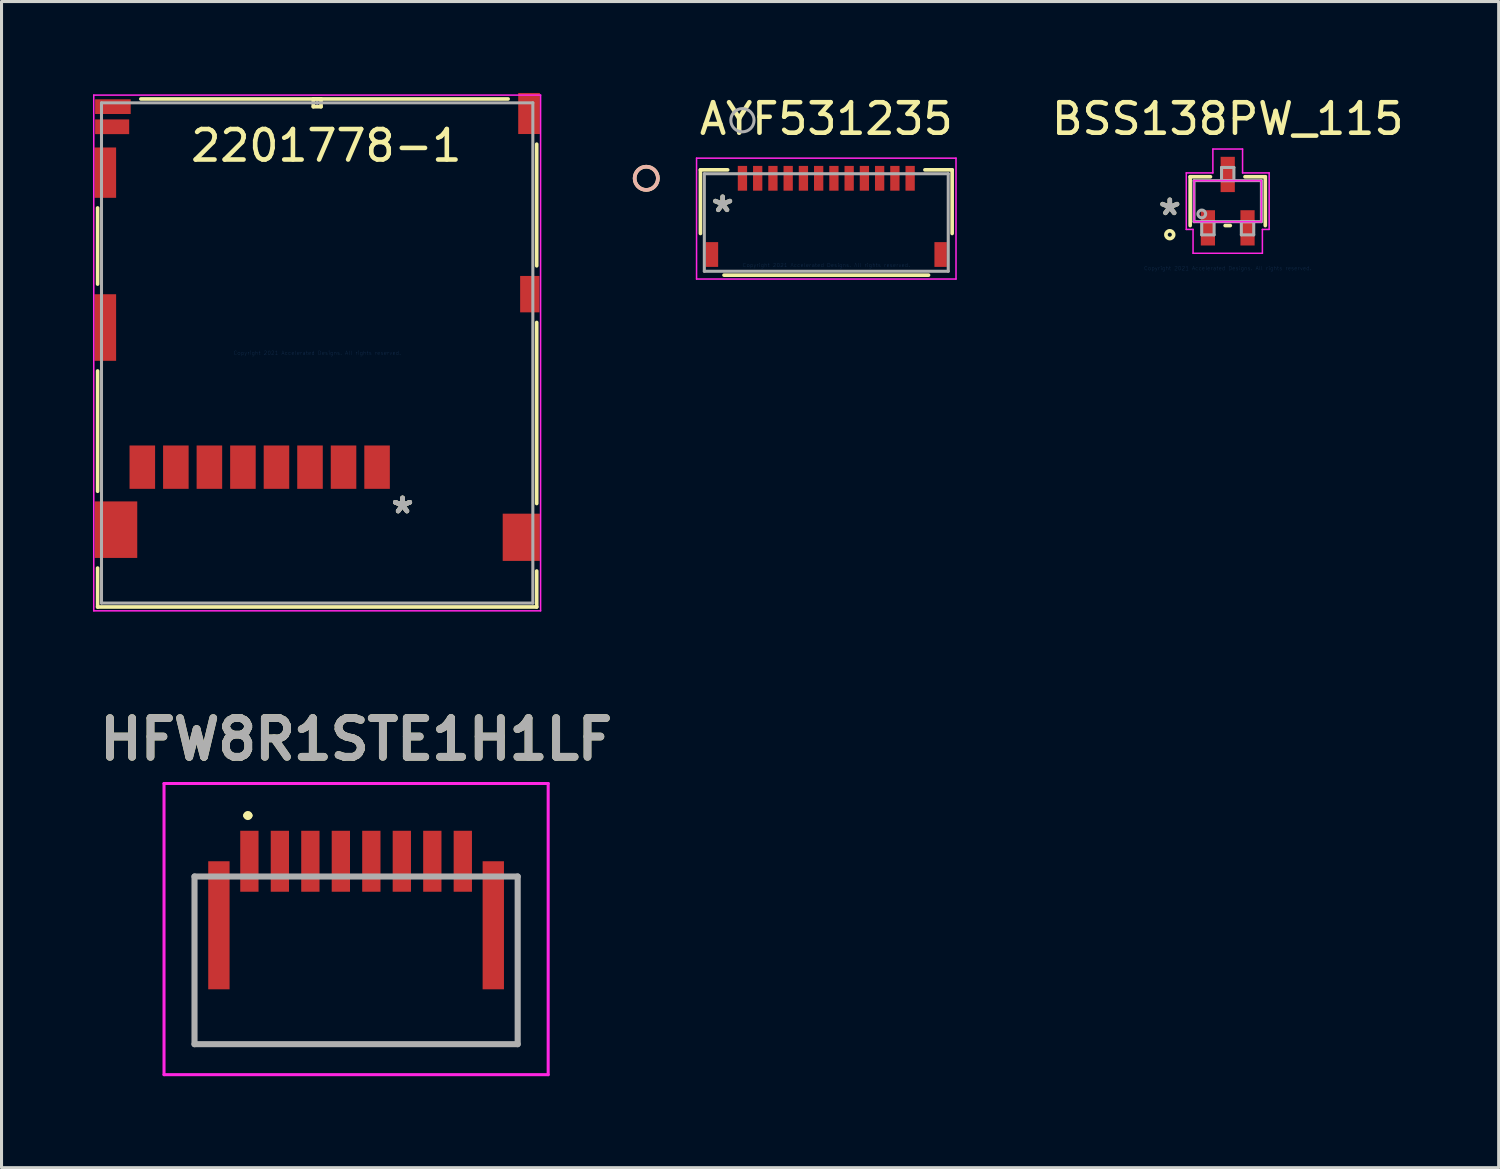
<source format=kicad_pcb>
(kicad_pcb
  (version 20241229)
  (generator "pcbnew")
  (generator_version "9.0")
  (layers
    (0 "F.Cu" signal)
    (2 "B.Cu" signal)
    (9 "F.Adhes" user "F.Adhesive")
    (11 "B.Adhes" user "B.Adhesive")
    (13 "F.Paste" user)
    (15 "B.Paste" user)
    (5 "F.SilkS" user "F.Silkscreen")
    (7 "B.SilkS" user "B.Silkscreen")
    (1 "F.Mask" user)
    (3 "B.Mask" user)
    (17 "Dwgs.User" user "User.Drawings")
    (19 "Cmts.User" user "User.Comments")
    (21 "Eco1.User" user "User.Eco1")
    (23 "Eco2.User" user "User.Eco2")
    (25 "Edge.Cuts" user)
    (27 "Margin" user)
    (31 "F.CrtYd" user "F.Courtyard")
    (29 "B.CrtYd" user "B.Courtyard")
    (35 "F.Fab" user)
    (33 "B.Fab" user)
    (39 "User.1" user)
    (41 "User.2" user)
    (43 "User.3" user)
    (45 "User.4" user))
  (footprint "AYF531235"
    (layer "F.Cu")
    (at 24.052 4.248)
    (property "Reference" "AYF531235" (at 0 -3.4 0) (layer "F.SilkS") (effects (font (size 1 1) (thickness 0.15))))
    (attr through_hole)
    (fp_line (start -4.128 -1.727) (end -4.128 0.36) (stroke (width 0.12) (type solid)) (layer "F.SilkS"))
    (fp_line (start -3.354 1.727) (end 3.354 1.727) (stroke (width 0.12) (type solid)) (layer "F.SilkS"))
    (fp_line (start -3.235 -1.727) (end -4.128 -1.727) (stroke (width 0.12) (type solid)) (layer "F.SilkS"))
    (fp_line (start 4.128 -1.727) (end 3.235 -1.727) (stroke (width 0.12) (type solid)) (layer "F.SilkS"))
    (fp_line (start 4.128 0.36) (end 4.128 -1.727) (stroke (width 0.12) (type solid)) (layer "F.SilkS"))
    (fp_circle (center -5.905 -1.45) (end -5.524 -1.45) (stroke (width 0.12) (type solid)) (fill no) (layer "F.SilkS"))
    (fp_circle (center -5.905 -1.45) (end -5.524 -1.45) (stroke (width 0.12) (type solid)) (fill no) (layer "B.SilkS"))
    (fp_line (start -4.255 -2.111) (end -4.255 1.854) (stroke (width 0.05) (type solid)) (layer "F.CrtYd"))
    (fp_line (start -4.255 1.854) (end 4.255 1.854) (stroke (width 0.05) (type solid)) (layer "F.CrtYd"))
    (fp_line (start 4.255 -2.111) (end -4.255 -2.111) (stroke (width 0.05) (type solid)) (layer "F.CrtYd"))
    (fp_line (start 4.255 1.854) (end 4.255 -2.111) (stroke (width 0.05) (type solid)) (layer "F.CrtYd"))
    (fp_line (start -4 -1.6) (end -4 1.6) (stroke (width 0.1) (type solid)) (layer "F.Fab"))
    (fp_line (start -4 1.6) (end 4 1.6) (stroke (width 0.1) (type solid)) (layer "F.Fab"))
    (fp_line (start 4 -1.6) (end -4 -1.6) (stroke (width 0.1) (type solid)) (layer "F.Fab"))
    (fp_line (start 4 1.6) (end 4 -1.6) (stroke (width 0.1) (type solid)) (layer "F.Fab"))
    (fp_circle (center -2.75 -3.355) (end -2.369 -3.355) (stroke (width 0.1) (type solid)) (fill no) (layer "F.Fab"))
    (fp_text user "*" (at -3.4 -0.3 0) (layer "F.SilkS") (effects (font (size 1 1) (thickness 0.15))))
    (fp_text user "Copyright 2021 Accelerated Designs. All rights reserved." (at 0 1.4 0) (layer "Cmts.User") (effects (font (size 0.127 0.127) (thickness 0.002))))
    (fp_text user "*" (at -3.4 -0.3 0) (layer "F.Fab") (effects (font (size 1 1) (thickness 0.15))))
    (pad "1" smd rect (at -2.75 -1.45) (size 0.305 0.813) (layers "F.Cu" "F.Mask" "F.Paste"))
    (pad "2" smd rect (at -2.25 -1.45) (size 0.305 0.813) (layers "F.Cu" "F.Mask" "F.Paste"))
    (pad "3" smd rect (at -1.75 -1.45) (size 0.305 0.813) (layers "F.Cu" "F.Mask" "F.Paste"))
    (pad "4" smd rect (at -1.25 -1.45) (size 0.305 0.813) (layers "F.Cu" "F.Mask" "F.Paste"))
    (pad "5" smd rect (at -0.75 -1.45) (size 0.305 0.813) (layers "F.Cu" "F.Mask" "F.Paste"))
    (pad "6" smd rect (at -0.25 -1.45) (size 0.305 0.813) (layers "F.Cu" "F.Mask" "F.Paste"))
    (pad "7" smd rect (at 0.25 -1.45) (size 0.305 0.813) (layers "F.Cu" "F.Mask" "F.Paste"))
    (pad "8" smd rect (at 0.75 -1.45) (size 0.305 0.813) (layers "F.Cu" "F.Mask" "F.Paste"))
    (pad "9" smd rect (at 1.25 -1.45) (size 0.305 0.813) (layers "F.Cu" "F.Mask" "F.Paste"))
    (pad "10" smd rect (at 1.75 -1.45) (size 0.305 0.813) (layers "F.Cu" "F.Mask" "F.Paste"))
    (pad "11" smd rect (at 2.25 -1.45) (size 0.305 0.813) (layers "F.Cu" "F.Mask" "F.Paste"))
    (pad "12" smd rect (at 2.75 -1.45) (size 0.305 0.813) (layers "F.Cu" "F.Mask" "F.Paste"))
    (pad "13" smd rect (at -3.75 1.05) (size 0.406 0.813) (layers "F.Cu" "F.Mask" "F.Paste"))
    (pad "14" smd rect (at 3.75 1.05) (size 0.406 0.813) (layers "F.Cu" "F.Mask" "F.Paste")))
  (footprint "HFW8R1STE1H1LF"
    (layer "F.Cu")
    (at 8.63 28.199)
    (property "Reference" "HFW8R1STE1H1LF" (at 0 -7 0) (layer "F.SilkS") (effects (font (size 1.27 1.27) (thickness 0.254))))
    (attr smd)
    (fp_line (start -5.3 -2.5) (end -5.3 3) (stroke (width 0.1) (type solid)) (layer "F.SilkS"))
    (fp_line (start -5.3 3) (end 5.3 3) (stroke (width 0.1) (type solid)) (layer "F.SilkS"))
    (fp_line (start -3.6 -4.5) (end -3.6 -4.5) (stroke (width 0.2) (type solid)) (layer "F.SilkS"))
    (fp_line (start -3.5 -4.5) (end -3.5 -4.5) (stroke (width 0.2) (type solid)) (layer "F.SilkS"))
    (fp_line (start 5.3 3) (end 5.3 -2.5) (stroke (width 0.1) (type solid)) (layer "F.SilkS"))
    (fp_arc (start -3.6 -4.5) (mid -3.55 -4.55) (end -3.5 -4.5) (stroke (width 0.2) (type solid)) (layer "F.SilkS"))
    (fp_arc (start -3.5 -4.5) (mid -3.55 -4.45) (end -3.6 -4.5) (stroke (width 0.2) (type solid)) (layer "F.SilkS"))
    (fp_line (start -6.3 -5.55) (end 6.3 -5.55) (stroke (width 0.1) (type solid)) (layer "F.CrtYd"))
    (fp_line (start -6.3 4) (end -6.3 -5.55) (stroke (width 0.1) (type solid)) (layer "F.CrtYd"))
    (fp_line (start 6.3 -5.55) (end 6.3 4) (stroke (width 0.1) (type solid)) (layer "F.CrtYd"))
    (fp_line (start 6.3 4) (end -6.3 4) (stroke (width 0.1) (type solid)) (layer "F.CrtYd"))
    (fp_line (start -5.3 -2.5) (end 5.3 -2.5) (stroke (width 0.2) (type solid)) (layer "F.Fab"))
    (fp_line (start -5.3 3) (end -5.3 -2.5) (stroke (width 0.2) (type solid)) (layer "F.Fab"))
    (fp_line (start 5.3 -2.5) (end 5.3 3) (stroke (width 0.2) (type solid)) (layer "F.Fab"))
    (fp_line (start 5.3 3) (end -5.3 3) (stroke (width 0.2) (type solid)) (layer "F.Fab"))
    (fp_text user "${REFERENCE}" (at 0 -7 0) (layer "F.Fab") (effects (font (size 1.27 1.27) (thickness 0.254))))
    (pad "1" smd rect (at -3.5 -3) (size 0.6 2) (layers "F.Cu" "F.Mask" "F.Paste"))
    (pad "2" smd rect (at -2.5 -3) (size 0.6 2) (layers "F.Cu" "F.Mask" "F.Paste"))
    (pad "3" smd rect (at -1.5 -3) (size 0.6 2) (layers "F.Cu" "F.Mask" "F.Paste"))
    (pad "4" smd rect (at -0.5 -3) (size 0.6 2) (layers "F.Cu" "F.Mask" "F.Paste"))
    (pad "5" smd rect (at 0.5 -3) (size 0.6 2) (layers "F.Cu" "F.Mask" "F.Paste"))
    (pad "6" smd rect (at 1.5 -3) (size 0.6 2) (layers "F.Cu" "F.Mask" "F.Paste"))
    (pad "7" smd rect (at 2.5 -3) (size 0.6 2) (layers "F.Cu" "F.Mask" "F.Paste"))
    (pad "8" smd rect (at 3.5 -3) (size 0.6 2) (layers "F.Cu" "F.Mask" "F.Paste"))
    (pad "MP1" smd rect (at -4.5 -0.9) (size 0.7 4.2) (layers "F.Cu" "F.Mask" "F.Paste"))
    (pad "MP2" smd rect (at 4.5 -0.9) (size 0.7 4.2) (layers "F.Cu" "F.Mask" "F.Paste")))
  (footprint "2201778-1"
    (layer "F.Cu")
    (at 7.353 8.527)
    (property "Reference" "2201778-1" (at 0.3 -6.8 0) (layer "F.SilkS") (effects (font (size 1 1) (thickness 0.15))))
    (attr through_hole)
    (fp_line (start -7.201 -4.756) (end -7.201 -2.259) (stroke (width 0.12) (type solid)) (layer "F.SilkS"))
    (fp_line (start -7.201 0.591) (end -7.201 4.536) (stroke (width 0.12) (type solid)) (layer "F.SilkS"))
    (fp_line (start -7.201 7.056) (end -7.201 8.331) (stroke (width 0.12) (type solid)) (layer "F.SilkS"))
    (fp_line (start -7.201 8.331) (end 7.201 8.331) (stroke (width 0.12) (type solid)) (layer "F.SilkS"))
    (fp_line (start -0.127 -8.331) (end -0.127 -8.077) (stroke (width 0.12) (type solid)) (layer "F.SilkS"))
    (fp_line (start -0.127 -8.077) (end 0.127 -8.077) (stroke (width 0.12) (type solid)) (layer "F.SilkS"))
    (fp_line (start 0.127 -8.331) (end -0.127 -8.331) (stroke (width 0.12) (type solid)) (layer "F.SilkS"))
    (fp_line (start 0.127 -8.077) (end 0.127 -8.331) (stroke (width 0.12) (type solid)) (layer "F.SilkS"))
    (fp_line (start 6.262 -8.331) (end -5.783 -8.331) (stroke (width 0.12) (type solid)) (layer "F.SilkS"))
    (fp_line (start 7.201 -2.859) (end 7.201 -6.848) (stroke (width 0.12) (type solid)) (layer "F.SilkS"))
    (fp_line (start 7.201 4.938) (end 7.201 -1) (stroke (width 0.12) (type solid)) (layer "F.SilkS"))
    (fp_line (start 7.201 8.331) (end 7.201 7.153) (stroke (width 0.12) (type solid)) (layer "F.SilkS"))
    (fp_line (start -7.328 -8.458) (end -7.328 8.458) (stroke (width 0.05) (type solid)) (layer "F.CrtYd"))
    (fp_line (start -7.328 8.458) (end 7.328 8.458) (stroke (width 0.05) (type solid)) (layer "F.CrtYd"))
    (fp_line (start 7.328 -8.458) (end -7.328 -8.458) (stroke (width 0.05) (type solid)) (layer "F.CrtYd"))
    (fp_line (start 7.328 8.458) (end 7.328 -8.458) (stroke (width 0.05) (type solid)) (layer "F.CrtYd"))
    (fp_line (start -7.074 -8.204) (end -7.074 8.204) (stroke (width 0.1) (type solid)) (layer "F.Fab"))
    (fp_line (start -7.074 8.204) (end 7.074 8.204) (stroke (width 0.1) (type solid)) (layer "F.Fab"))
    (fp_line (start 0 -8.204) (end 0 -8.204) (stroke (width 0.1) (type solid)) (layer "F.Fab"))
    (fp_line (start 0 -8.204) (end 0 -8.204) (stroke (width 0.1) (type solid)) (layer "F.Fab"))
    (fp_line (start 0 -8.204) (end 0 -8.204) (stroke (width 0.1) (type solid)) (layer "F.Fab"))
    (fp_line (start 0 -8.204) (end 0 -8.204) (stroke (width 0.1) (type solid)) (layer "F.Fab"))
    (fp_line (start 7.074 -8.204) (end -7.074 -8.204) (stroke (width 0.1) (type solid)) (layer "F.Fab"))
    (fp_line (start 7.074 8.204) (end 7.074 -8.204) (stroke (width 0.1) (type solid)) (layer "F.Fab"))
    (fp_text user "*" (at 2.8 5.3 0) (layer "F.SilkS") (effects (font (size 1 1) (thickness 0.15))))
    (fp_text user "*" (at 2.8 5.3 0) (layer "F.SilkS") (effects (font (size 1 1) (thickness 0.15))))
    (fp_text user "Copyright 2021 Accelerated Designs. All rights reserved." (at 0 0 0) (layer "Cmts.User") (effects (font (size 0.127 0.127) (thickness 0.002))))
    (fp_text user "*" (at 2.8 5.3 0) (layer "F.Fab") (effects (font (size 1 1) (thickness 0.15))))
    (fp_text user "*" (at 2.8 5.3 0) (layer "F.Fab") (effects (font (size 1 1) (thickness 0.15))))
    (pad "1" smd rect (at 1.965 3.746) (size 0.838 1.422) (layers "F.Cu" "F.Mask" "F.Paste"))
    (pad "2" smd rect (at 0.865 3.746) (size 0.838 1.422) (layers "F.Cu" "F.Mask" "F.Paste"))
    (pad "3" smd rect (at -0.235 3.746) (size 0.838 1.422) (layers "F.Cu" "F.Mask" "F.Paste"))
    (pad "4" smd rect (at -1.335 3.746) (size 0.838 1.422) (layers "F.Cu" "F.Mask" "F.Paste"))
    (pad "5" smd rect (at -2.435 3.746) (size 0.838 1.422) (layers "F.Cu" "F.Mask" "F.Paste"))
    (pad "6" smd rect (at -3.535 3.746) (size 0.838 1.422) (layers "F.Cu" "F.Mask" "F.Paste"))
    (pad "7" smd rect (at -4.635 3.746) (size 0.838 1.422) (layers "F.Cu" "F.Mask" "F.Paste"))
    (pad "8" smd rect (at -5.735 3.746) (size 0.838 1.422) (layers "F.Cu" "F.Mask" "F.Paste"))
    (pad "9" smd rect (at -6.7 -8.079) (size 1.168 0.483) (layers "F.Cu" "F.Mask" "F.Paste"))
    (pad "10" smd rect (at -6.725 -7.419) (size 1.118 0.483) (layers "F.Cu" "F.Mask" "F.Paste"))
    (pad "11" smd rect (at -6.6 5.796) (size 1.397 1.854) (layers "F.Cu" "F.Mask" "F.Paste"))
    (pad "12" smd rect (at -6.95 -0.834) (size 0.711 2.184) (layers "F.Cu" "F.Mask" "F.Paste"))
    (pad "13" smd rect (at -6.95 -5.914) (size 0.711 1.651) (layers "F.Cu" "F.Mask" "F.Paste"))
    (pad "14" smd rect (at 6.95 -7.854) (size 0.711 1.346) (layers "F.Cu" "F.Mask" "F.Paste"))
    (pad "15" smd rect (at 6.975 -1.929) (size 0.635 1.194) (layers "F.Cu" "F.Mask" "F.Paste"))
    (pad "16" smd rect (at 6.695 6.046) (size 1.219 1.549) (layers "F.Cu" "F.Mask" "F.Paste")))
  (footprint "BSS138PW_115"
    (layer "F.Cu")
    (at 37.219 3.548)
    (property "Reference" "BSS138PW_115" (at 0 -2.7 0) (layer "F.SilkS") (effects (font (size 1 1) (thickness 0.15))))
    (attr through_hole)
    (fp_line (start -1.232 -0.8) (end -1.232 0.8) (stroke (width 0.12) (type solid)) (layer "F.SilkS"))
    (fp_line (start -0.566 -0.8) (end -1.232 -0.8) (stroke (width 0.12) (type solid)) (layer "F.SilkS"))
    (fp_line (start -0.084 0.8) (end 0.084 0.8) (stroke (width 0.12) (type solid)) (layer "F.SilkS"))
    (fp_line (start 1.232 -0.8) (end 0.566 -0.8) (stroke (width 0.12) (type solid)) (layer "F.SilkS"))
    (fp_line (start 1.232 0.8) (end 1.232 -0.8) (stroke (width 0.12) (type solid)) (layer "F.SilkS"))
    (fp_circle (center -1.9 1.1) (end -1.773 1.1) (stroke (width 0.12) (type solid)) (fill no) (layer "F.SilkS"))
    (fp_line (start -1.359 -0.927) (end -0.487 -0.927) (stroke (width 0.05) (type solid)) (layer "F.CrtYd"))
    (fp_line (start -1.359 0.927) (end -1.359 -0.927) (stroke (width 0.05) (type solid)) (layer "F.CrtYd"))
    (fp_line (start -1.137 0.927) (end -1.359 0.927) (stroke (width 0.05) (type solid)) (layer "F.CrtYd"))
    (fp_line (start -1.137 1.709) (end -1.137 0.927) (stroke (width 0.05) (type solid)) (layer "F.CrtYd"))
    (fp_line (start -1.105 -0.673) (end 1.105 -0.673) (stroke (width 0.05) (type solid)) (layer "F.CrtYd"))
    (fp_line (start -1.105 0.673) (end -1.105 -0.673) (stroke (width 0.05) (type solid)) (layer "F.CrtYd"))
    (fp_line (start -0.487 -1.709) (end 0.487 -1.709) (stroke (width 0.05) (type solid)) (layer "F.CrtYd"))
    (fp_line (start -0.487 -0.927) (end -0.487 -1.709) (stroke (width 0.05) (type solid)) (layer "F.CrtYd"))
    (fp_line (start 0.487 -1.709) (end 0.487 -0.927) (stroke (width 0.05) (type solid)) (layer "F.CrtYd"))
    (fp_line (start 0.487 -0.927) (end 1.359 -0.927) (stroke (width 0.05) (type solid)) (layer "F.CrtYd"))
    (fp_line (start 1.105 -0.673) (end 1.105 0.673) (stroke (width 0.05) (type solid)) (layer "F.CrtYd"))
    (fp_line (start 1.105 0.673) (end -1.105 0.673) (stroke (width 0.05) (type solid)) (layer "F.CrtYd"))
    (fp_line (start 1.137 0.927) (end 1.137 1.709) (stroke (width 0.05) (type solid)) (layer "F.CrtYd"))
    (fp_line (start 1.137 1.709) (end -1.137 1.709) (stroke (width 0.05) (type solid)) (layer "F.CrtYd"))
    (fp_line (start 1.359 -0.927) (end 1.359 0.927) (stroke (width 0.05) (type solid)) (layer "F.CrtYd"))
    (fp_line (start 1.359 0.927) (end 1.137 0.927) (stroke (width 0.05) (type solid)) (layer "F.CrtYd"))
    (fp_line (start -1.105 -0.673) (end -1.105 0.673) (stroke (width 0.1) (type solid)) (layer "F.Fab"))
    (fp_line (start -1.105 0.673) (end 1.105 0.673) (stroke (width 0.1) (type solid)) (layer "F.Fab"))
    (fp_line (start -0.853 0.673) (end -0.853 1.105) (stroke (width 0.1) (type solid)) (layer "F.Fab"))
    (fp_line (start -0.853 1.105) (end -0.447 1.105) (stroke (width 0.1) (type solid)) (layer "F.Fab"))
    (fp_line (start -0.447 0.673) (end -0.853 0.673) (stroke (width 0.1) (type solid)) (layer "F.Fab"))
    (fp_line (start -0.447 1.105) (end -0.447 0.673) (stroke (width 0.1) (type solid)) (layer "F.Fab"))
    (fp_line (start -0.203 -1.105) (end -0.203 -0.673) (stroke (width 0.1) (type solid)) (layer "F.Fab"))
    (fp_line (start -0.203 -0.673) (end 0.203 -0.673) (stroke (width 0.1) (type solid)) (layer "F.Fab"))
    (fp_line (start 0.203 -1.105) (end -0.203 -1.105) (stroke (width 0.1) (type solid)) (layer "F.Fab"))
    (fp_line (start 0.203 -0.673) (end 0.203 -1.105) (stroke (width 0.1) (type solid)) (layer "F.Fab"))
    (fp_line (start 0.447 0.673) (end 0.447 1.105) (stroke (width 0.1) (type solid)) (layer "F.Fab"))
    (fp_line (start 0.447 1.105) (end 0.853 1.105) (stroke (width 0.1) (type solid)) (layer "F.Fab"))
    (fp_line (start 0.853 0.673) (end 0.447 0.673) (stroke (width 0.1) (type solid)) (layer "F.Fab"))
    (fp_line (start 0.853 1.105) (end 0.853 0.673) (stroke (width 0.1) (type solid)) (layer "F.Fab"))
    (fp_line (start 1.105 -0.673) (end -1.105 -0.673) (stroke (width 0.1) (type solid)) (layer "F.Fab"))
    (fp_line (start 1.105 0.673) (end 1.105 -0.673) (stroke (width 0.1) (type solid)) (layer "F.Fab"))
    (fp_circle (center -0.851 0.419) (end -0.724 0.419) (stroke (width 0.1) (type solid)) (fill no) (layer "F.Fab"))
    (fp_text user "*" (at -1.9 0.5 0) (layer "F.SilkS") (effects (font (size 1 1) (thickness 0.15))))
    (fp_text user "Copyright 2021 Accelerated Designs. All rights reserved." (at 0 2.2 0) (layer "Cmts.User") (effects (font (size 0.127 0.127) (thickness 0.002))))
    (fp_text user "*" (at -1.9 0.5 0) (layer "F.Fab") (effects (font (size 1 1) (thickness 0.15))))
    (pad "1" smd rect (at -0.65 0.876) (size 0.466 1.157) (layers "F.Cu" "F.Mask" "F.Paste"))
    (pad "2" smd rect (at 0.65 0.876) (size 0.466 1.157) (layers "F.Cu" "F.Mask" "F.Paste"))
    (pad "3" smd rect (at 0 -0.876) (size 0.466 1.157) (layers "F.Cu" "F.Mask" "F.Paste")))
  (gr_rect
    (start -3 -3)
    (end 46.106 35.249)
    (stroke (width 0.1) (type default))
    (fill no)
    (layer "Edge.Cuts")))
</source>
